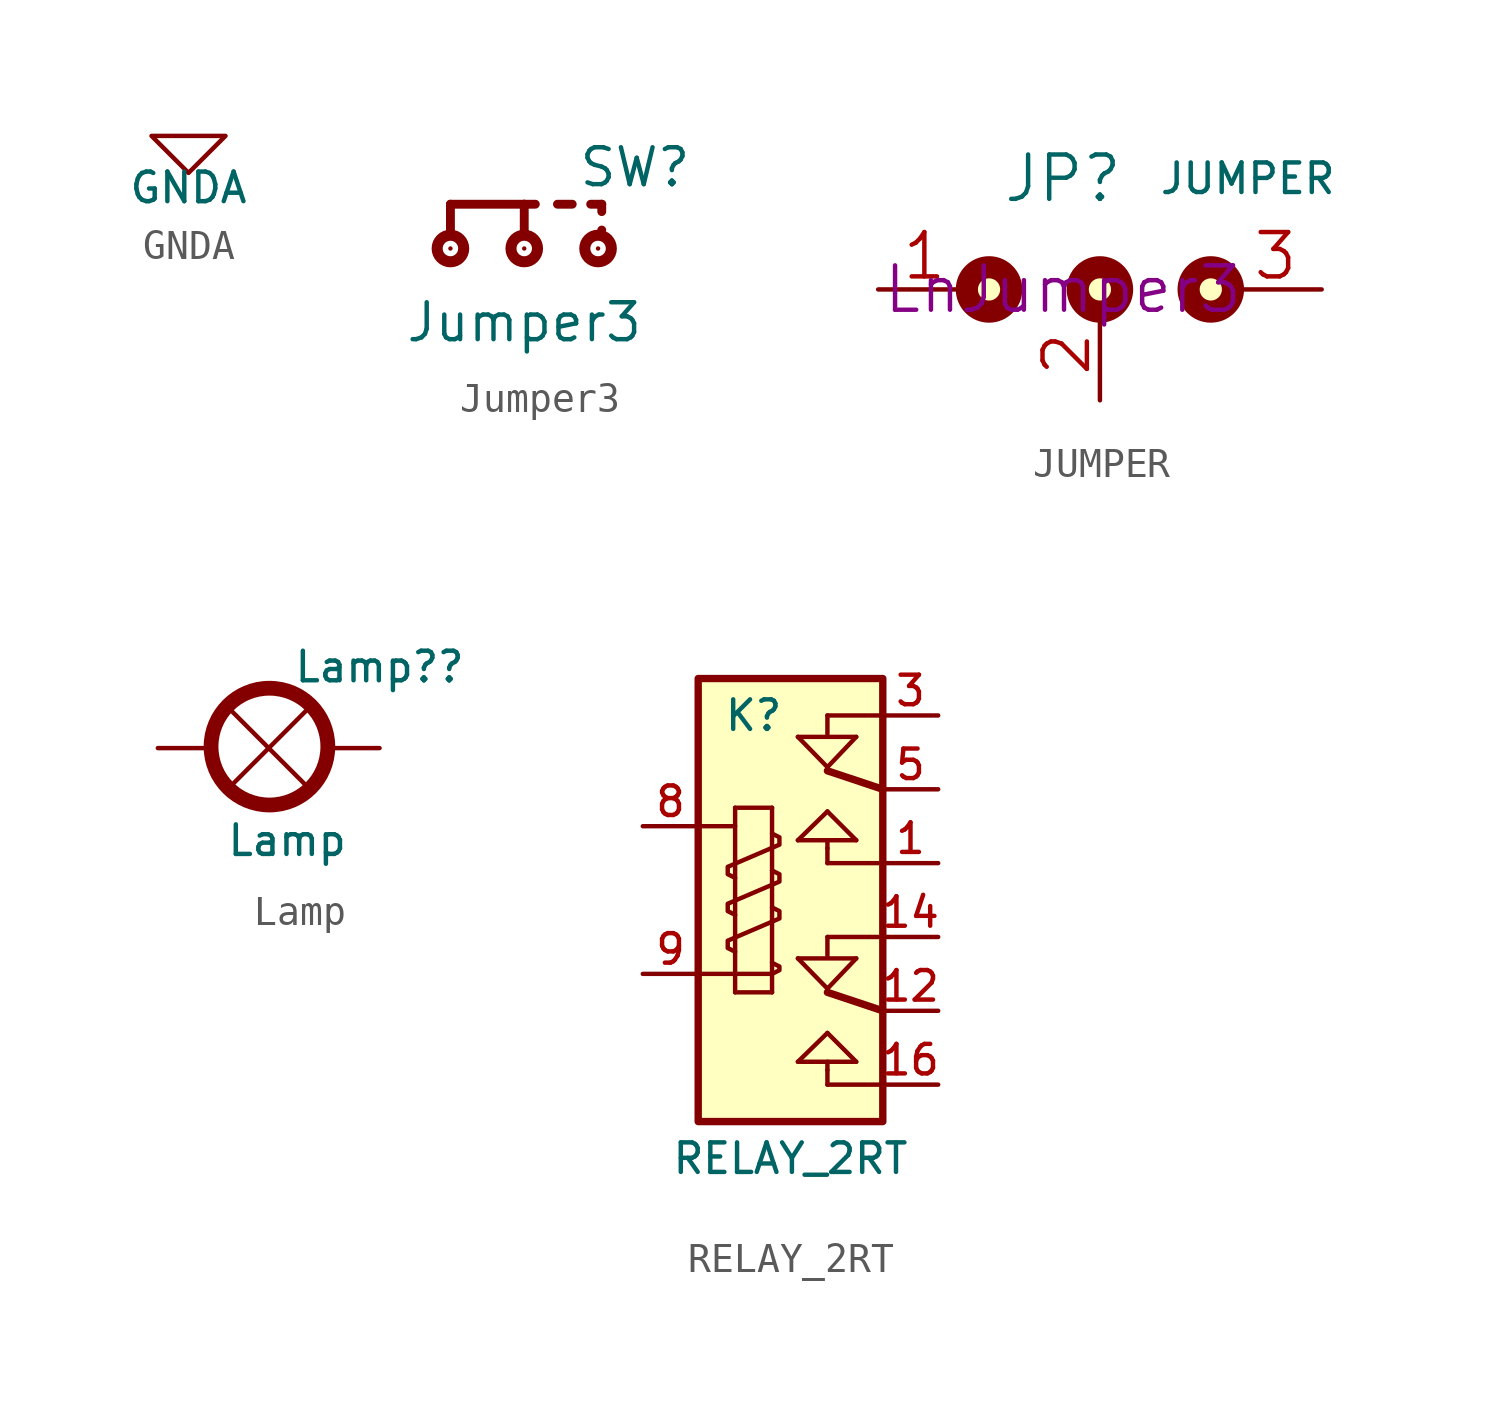
<source format=kicad_sym>
(kicad_symbol_lib
  (version 20211014)
  (generator kicad_symbol_editor)
  (symbol "GNDA"
    (power)
    (pin_names
      (offset 0))
    (property "Reference" "#PWR"
      (at 0 0 0)
      (effects (font (size 1.016 1.016)) hide))
    (property "Value" "GNDA"
      (at 0 -1.778 0)
      (effects (font (size 1.016 1.016))))
    (property "Footprint" ""
      (at 0 0 0)
      (effects (font (size 1.524 1.524))))
    (property "Datasheet" ""
      (at 0 0 0)
      (effects (font (size 1.524 1.524))))
    (symbol "GNDA_0_1"
      (polyline (pts (xy -1.27 0) (xy 0 -1.27) (xy 1.27 0) (xy -1.27 0)) (stroke (width 0) (type default) (color 0 0 0 0)) (fill (type none))))
    (symbol "GNDA_1_1"
      (pin power_in line (at 0 0 90) (length 0) hide (name "GNDA" (effects (font (size 1.016 1.016)))) (number "1" (effects (font (size 1.016 1.016)))))))
  (symbol "Jumper3"
    (pin_numbers hide)
    (pin_names
      (offset 1.016) hide)
    (property "Reference" "SW"
      (at 3.81 2.794 0)
      (effects (font (size 1.27 1.27))))
    (property "Value" "Jumper3"
      (at 0 -2.54 0)
      (effects (font (size 1.27 1.27))))
    (property "Footprint" ""
      (at -1.27 -0.127 0)
      (effects (font (size 1.524 1.524))))
    (property "Datasheet" ""
      (at -1.27 -0.127 0)
      (effects (font (size 1.524 1.524))))
    (symbol "Jumper3_0_1"
      (circle (center -2.54 0) (radius 0.457) (stroke (width 0.381) (type default) (color 0 0 0 0)) (fill (type none)))
      (polyline (pts (xy -2.54 1.524) (xy -2.54 0.508)) (stroke (width 0.305) (type default) (color 0 0 0 0)) (fill (type none)))
      (polyline (pts (xy -2.54 1.524) (xy 0 1.524)) (stroke (width 0.305) (type default) (color 0 0 0 0)) (fill (type none)))
      (polyline (pts (xy 0 1.524) (xy 0 0.508)) (stroke (width 0.305) (type default) (color 0 0 0 0)) (fill (type none)))
      (polyline (pts (xy 0 1.524) (xy 0.381 1.524)) (stroke (width 0.305) (type default) (color 0 0 0 0)) (fill (type none)))
      (polyline (pts (xy 1.143 1.524) (xy 1.651 1.524)) (stroke (width 0.305) (type default) (color 0 0 0 0)) (fill (type none)))
      (polyline (pts (xy 2.286 1.524) (xy 2.667 1.524)) (stroke (width 0.305) (type default) (color 0 0 0 0)) (fill (type none)))
      (polyline (pts (xy 2.667 0.635) (xy 2.667 0.635)) (stroke (width 0.305) (type default) (color 0 0 0 0)) (fill (type none)))
      (polyline (pts (xy 2.667 1.524) (xy 2.667 1.27)) (stroke (width 0.305) (type default) (color 0 0 0 0)) (fill (type none)))
      (circle (center 0 0) (radius 0.457) (stroke (width 0.381) (type default) (color 0 0 0 0)) (fill (type none)))
      (circle (center 2.54 0) (radius 0.457) (stroke (width 0.381) (type default) (color 0 0 0 0)) (fill (type none)))
      (pin passive line (at -2.54 0 90) (length 0) (name "1" (effects (font (size 1.524 1.524)))) (number "1" (effects (font (size 1.524 1.524)))))
      (pin passive line (at 0 0 90) (length 0) (name "2" (effects (font (size 1.524 1.524)))) (number "2" (effects (font (size 1.524 1.524)))))
      (pin passive line (at 2.54 0 90) (length 0) (name "3" (effects (font (size 1.524 1.524)))) (number "3" (effects (font (size 1.524 1.524)))))))
  (symbol "JUMPER"
    (pin_names
      (offset 0.762) hide)
    (property "Reference" "JP"
      (at 0 3.81 0)
      (effects (font (size 1.524 1.524))))
    (property "Value" "JUMPER"
      (at 6.35 3.81 0)
      (effects (font (size 1.016 1.016))))
    (property "Footprint" ""
      (at 0 0 0)
      (effects (font (size 1.524 1.524))))
    (property "Datasheet" "LnJumper3"
      (at 0 0 0)
      (effects (font (size 1.524 1.524))))
    (symbol "JUMPER_0_1"
      (circle (center -2.54 0) (radius 0.762) (stroke (width 0.762) (type default) (color 0 0 0 0)) (fill (type background)))
      (circle (center 1.27 0) (radius 0.762) (stroke (width 0.762) (type default) (color 0 0 0 0)) (fill (type background)))
      (circle (center 5.08 0) (radius 0.762) (stroke (width 0.762) (type default) (color 0 0 0 0)) (fill (type background))))
    (symbol "JUMPER_1_1"
      (pin passive line (at -6.35 0 0) (length 3.175) (name "1" (effects (font (size 1.524 1.524)))) (number "1" (effects (font (size 1.524 1.524)))))
      (pin passive line (at 1.27 -3.81 90) (length 3.175) (name "2" (effects (font (size 1.524 1.524)))) (number "2" (effects (font (size 1.524 1.524)))))
      (pin passive line (at 8.89 0 180) (length 3.175) (name "3" (effects (font (size 1.524 1.524)))) (number "3" (effects (font (size 1.524 1.524)))))))
  (symbol "Lamp"
    (pin_names
      (offset 1.016) hide)
    (property "Reference" "Lamp?"
      (at 3.81 2.794 0)
      (effects (font (size 1.016 1.016))))
    (property "Value" "Lamp"
      (at 0.635 -3.175 0)
      (effects (font (size 1.016 1.016))))
    (property "Footprint" ""
      (at 0 -0.635 0)
      (effects (font (size 1.524 1.524))))
    (property "Datasheet" ""
      (at 0 -0.635 0)
      (effects (font (size 1.524 1.524))))
    (symbol "Lamp_0_1"
      (polyline (pts (xy -1.27 1.27) (xy 1.27 -1.27)) (stroke (width 0) (type default) (color 0 0 0 0)) (fill (type none)))
      (polyline (pts (xy 1.27 1.27) (xy -1.27 -1.27) (xy -0.635 -0.635)) (stroke (width 0) (type default) (color 0 0 0 0)) (fill (type none)))
      (circle (center 0.025 0.051) (radius 2.007) (stroke (width 0.508) (type default) (color 0 0 0 0)) (fill (type none))))
    (symbol "Lamp_1_1"
      (pin passive line (at -3.81 0 0) (length 1.651) (name "1" (effects (font (size 1.016 1.016)))) (number "~" (effects (font (size 1.016 1.016)))))
      (pin passive line (at 3.81 0 180) (length 1.651) (name "2" (effects (font (size 1.016 1.016)))) (number "~" (effects (font (size 1.016 1.016)))))))
  (symbol "RELAY_2RT"
    (pin_names
      (offset 1.016) hide)
    (property "Reference" "K"
      (at -1.27 6.35 0)
      (effects (font (size 1.016 1.016))))
    (property "Value" "RELAY_2RT"
      (at 0 -8.89 0)
      (effects (font (size 1.016 1.016))))
    (property "Footprint" ""
      (at 0 1.143 0)
      (effects (font (size 1.524 1.524))))
    (property "Datasheet" ""
      (at 0 1.143 0)
      (effects (font (size 1.524 1.524))))
    (symbol "RELAY_2RT_0_1"
      (rectangle (start -3.175 7.62) (end 3.175 -7.62) (stroke (width 0.254) (type default) (color 0 0 0 0)) (fill (type background)))
      (polyline (pts (xy -3.175 -2.54) (xy -1.905 -2.54)) (stroke (width 0) (type default) (color 0 0 0 0)) (fill (type none)))
      (polyline (pts (xy -3.175 2.54) (xy -1.905 2.54)) (stroke (width 0) (type default) (color 0 0 0 0)) (fill (type none)))
      (polyline (pts (xy -1.905 3.175) (xy -1.905 -3.175)) (stroke (width 0) (type default) (color 0 0 0 0)) (fill (type none)))
      (polyline (pts (xy -1.905 3.175) (xy -0.635 3.175)) (stroke (width 0) (type default) (color 0 0 0 0)) (fill (type none)))
      (polyline (pts (xy -0.635 -3.175) (xy -1.905 -3.175)) (stroke (width 0) (type default) (color 0 0 0 0)) (fill (type none)))
      (polyline (pts (xy -0.635 3.175) (xy -0.635 -3.175)) (stroke (width 0) (type default) (color 0 0 0 0)) (fill (type none)))
      (polyline (pts (xy 0.254 -5.563) (xy 2.261 -5.563)) (stroke (width 0) (type default) (color 0 0 0 0)) (fill (type none)))
      (polyline (pts (xy 0.254 -2.007) (xy 2.261 -2.007)) (stroke (width 0) (type default) (color 0 0 0 0)) (fill (type none)))
      (polyline (pts (xy 0.254 2.057) (xy 2.261 2.057)) (stroke (width 0) (type default) (color 0 0 0 0)) (fill (type none)))
      (polyline (pts (xy 0.254 5.613) (xy 2.261 5.613)) (stroke (width 0) (type default) (color 0 0 0 0)) (fill (type none)))
      (polyline (pts (xy 1.27 -6.35) (xy 1.27 -5.842)) (stroke (width 0) (type default) (color 0 0 0 0)) (fill (type none)))
      (polyline (pts (xy 1.27 -5.842) (xy 1.27 -5.563)) (stroke (width 0) (type default) (color 0 0 0 0)) (fill (type none)))
      (polyline (pts (xy 1.27 -4.572) (xy 0.254 -5.563)) (stroke (width 0) (type default) (color 0 0 0 0)) (fill (type none)))
      (polyline (pts (xy 1.27 -3.175) (xy 3.175 -3.81)) (stroke (width 0.254) (type default) (color 0 0 0 0)) (fill (type none)))
      (polyline (pts (xy 1.27 -3.048) (xy 0.254 -2.007)) (stroke (width 0) (type default) (color 0 0 0 0)) (fill (type none)))
      (polyline (pts (xy 1.27 -1.27) (xy 1.27 -1.905)) (stroke (width 0) (type default) (color 0 0 0 0)) (fill (type none)))
      (polyline (pts (xy 1.27 -1.27) (xy 3.175 -1.27)) (stroke (width 0) (type default) (color 0 0 0 0)) (fill (type none)))
      (polyline (pts (xy 1.27 1.27) (xy 1.27 1.778)) (stroke (width 0) (type default) (color 0 0 0 0)) (fill (type none)))
      (polyline (pts (xy 1.27 1.778) (xy 1.27 2.057)) (stroke (width 0) (type default) (color 0 0 0 0)) (fill (type none)))
      (polyline (pts (xy 1.27 3.048) (xy 0.254 2.057)) (stroke (width 0) (type default) (color 0 0 0 0)) (fill (type none)))
      (polyline (pts (xy 1.27 4.445) (xy 3.175 3.81)) (stroke (width 0.254) (type default) (color 0 0 0 0)) (fill (type none)))
      (polyline (pts (xy 1.27 4.572) (xy 0.254 5.613)) (stroke (width 0) (type default) (color 0 0 0 0)) (fill (type none)))
      (polyline (pts (xy 1.27 6.35) (xy 1.27 5.715)) (stroke (width 0) (type default) (color 0 0 0 0)) (fill (type none)))
      (polyline (pts (xy 1.27 6.35) (xy 3.175 6.35)) (stroke (width 0) (type default) (color 0 0 0 0)) (fill (type none)))
      (polyline (pts (xy 2.261 -5.563) (xy 1.27 -4.572)) (stroke (width 0) (type default) (color 0 0 0 0)) (fill (type none)))
      (polyline (pts (xy 2.261 -2.007) (xy 1.27 -3.048)) (stroke (width 0) (type default) (color 0 0 0 0)) (fill (type none)))
      (polyline (pts (xy 2.261 2.057) (xy 1.27 3.048)) (stroke (width 0) (type default) (color 0 0 0 0)) (fill (type none)))
      (polyline (pts (xy 2.261 5.613) (xy 1.27 4.572)) (stroke (width 0) (type default) (color 0 0 0 0)) (fill (type none)))
      (polyline (pts (xy 3.175 -6.35) (xy 1.27 -6.35)) (stroke (width 0) (type default) (color 0 0 0 0)) (fill (type none)))
      (polyline (pts (xy 3.175 1.27) (xy 1.27 1.27)) (stroke (width 0) (type default) (color 0 0 0 0)) (fill (type none)))
      (polyline (pts (xy -1.905 -2.54) (xy -0.635 -2.54) (xy -0.381 -2.413) (xy -0.381 -2.286) (xy -0.635 -2.159)) (stroke (width 0) (type default) (color 0 0 0 0)) (fill (type none)))
      (polyline (pts (xy -1.905 -1.778) (xy -2.159 -1.651) (xy -2.159 -1.397) (xy -0.381 -0.635) (xy -0.381 -0.381) (xy -0.635 -0.254)) (stroke (width 0) (type default) (color 0 0 0 0)) (fill (type none)))
      (polyline (pts (xy -1.905 -0.508) (xy -2.159 -0.381) (xy -2.159 -0.127) (xy -0.381 0.635) (xy -0.381 0.889) (xy -0.635 1.016)) (stroke (width 0) (type default) (color 0 0 0 0)) (fill (type none)))
      (polyline (pts (xy -1.905 0.762) (xy -2.159 0.889) (xy -2.159 1.143) (xy -0.381 1.905) (xy -0.381 2.159) (xy -0.635 2.286)) (stroke (width 0) (type default) (color 0 0 0 0)) (fill (type none))))
    (symbol "RELAY_2RT_1_1"
      (pin passive line (at 5.08 1.27 180) (length 1.905) (name "T1" (effects (font (size 1.016 1.016)))) (number "1" (effects (font (size 1.016 1.016)))))
      (pin passive line (at 5.08 -3.81 180) (length 1.905) (name "C1" (effects (font (size 1.016 1.016)))) (number "12" (effects (font (size 1.016 1.016)))))
      (pin passive line (at 5.08 -1.27 180) (length 1.905) (name "R1" (effects (font (size 1.016 1.016)))) (number "14" (effects (font (size 1.016 1.016)))))
      (pin passive line (at 5.08 -6.35 180) (length 1.905) (name "T1" (effects (font (size 1.016 1.016)))) (number "16" (effects (font (size 1.016 1.016)))))
      (pin passive line (at 5.08 6.35 180) (length 1.905) (name "R1" (effects (font (size 1.016 1.016)))) (number "3" (effects (font (size 1.016 1.016)))))
      (pin passive line (at 5.08 3.81 180) (length 1.905) (name "C1" (effects (font (size 1.016 1.016)))) (number "5" (effects (font (size 1.016 1.016)))))
      (pin input line (at -5.08 2.54 0) (length 1.905) (name "8" (effects (font (size 1.016 1.016)))) (number "8" (effects (font (size 1.016 1.016)))))
      (pin input line (at -5.08 -2.54 0) (length 1.905) (name "9" (effects (font (size 1.016 1.016)))) (number "9" (effects (font (size 1.016 1.016))))))))
</source>
